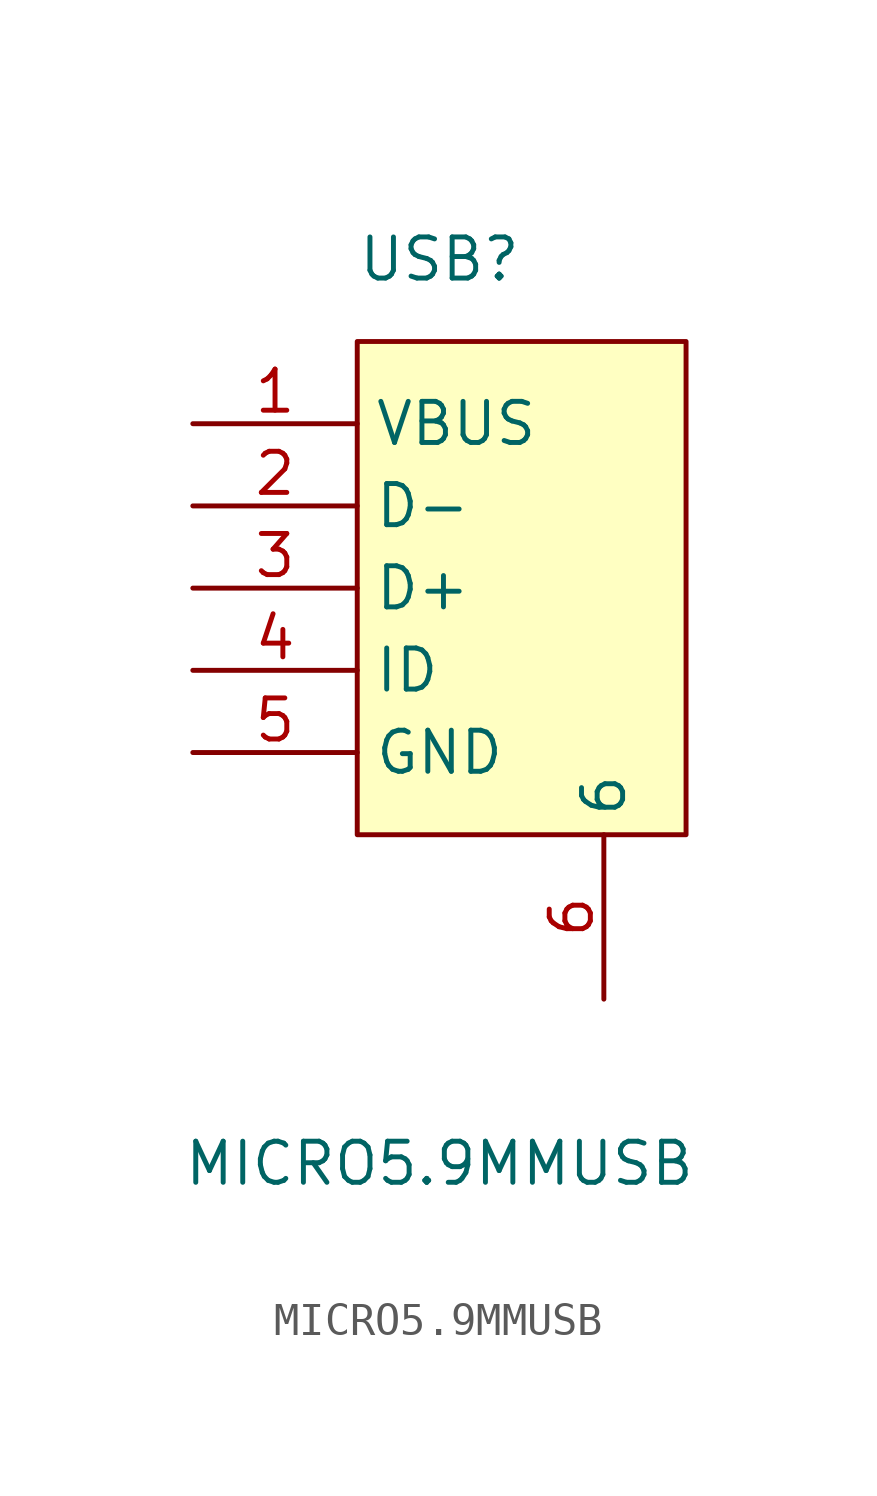
<source format=kicad_sym>
(kicad_symbol_lib
  (version 20211014)
  (generator https://github.com/uPesy/easyeda2kicad.py)
  (symbol "MICRO5.9MMUSB"
    (property "Reference" "USB"
      (at 0 12.70 0)
      (effects (font (size 1.27 1.27))))
    (property "Value" "MICRO5.9MMUSB"
      (at 0 -15.24 0)
      (effects (font (size 1.27 1.27))))
    (symbol "MICRO5.9MMUSB_0_1"
      (rectangle (start -2.54 10.16) (end 7.62 -5.08) (stroke (width 0) (type default) (color 0 0 0 0)) (fill (type background)))
      (pin unspecified line (at -7.62 7.62 0) (length 5.08) (name "VBUS" (effects (font (size 1.27 1.27)))) (number "1" (effects (font (size 1.27 1.27)))))
      (pin unspecified line (at -7.62 5.08 0) (length 5.08) (name "D-" (effects (font (size 1.27 1.27)))) (number "2" (effects (font (size 1.27 1.27)))))
      (pin unspecified line (at -7.62 2.54 0) (length 5.08) (name "D+" (effects (font (size 1.27 1.27)))) (number "3" (effects (font (size 1.27 1.27)))))
      (pin unspecified line (at -7.62 -0.00 0) (length 5.08) (name "ID" (effects (font (size 1.27 1.27)))) (number "4" (effects (font (size 1.27 1.27)))))
      (pin unspecified line (at -7.62 -2.54 0) (length 5.08) (name "GND" (effects (font (size 1.27 1.27)))) (number "5" (effects (font (size 1.27 1.27)))))
      (pin unspecified line (at 5.08 -10.16 90) (length 5.08) (name "6" (effects (font (size 1.27 1.27)))) (number "6" (effects (font (size 1.27 1.27))))))))
</source>
